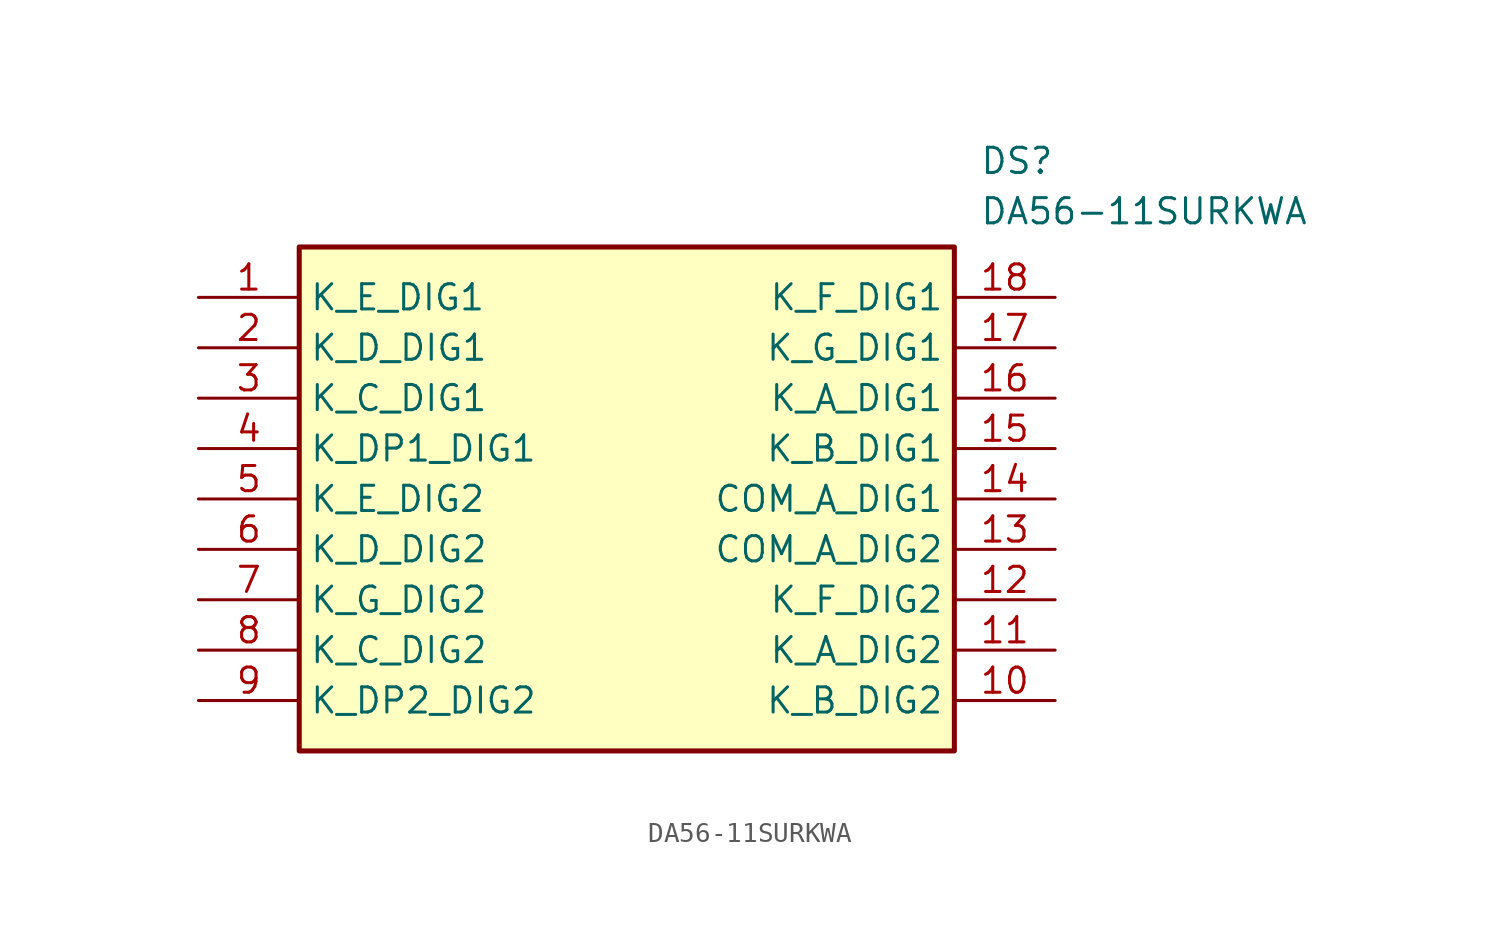
<source format=kicad_sym>
(kicad_symbol_lib
  (version 20231120)
  (generator "kicad_symbol_editor")
  (generator_version "8.0")
  (symbol "DA56-11SURKWA"
    (property "Reference" "DS"
      (at 39.37 7.62 0)
      (effects (font (size 1.27 1.27)) (justify left top)))
    (property "Value" "DA56-11SURKWA"
      (at 39.37 5.08 0)
      (effects (font (size 1.27 1.27)) (justify left top)))
    (symbol "DA56-11SURKWA_1_1"
      (rectangle (start 5.08 2.54) (end 38.1 -22.86) (stroke (width 0.254) (type default)) (fill (type background)))
      (pin passive line (at 0 0 0) (length 5.08) (name "K_E_DIG1" (effects (font (size 1.27 1.27)))) (number "1" (effects (font (size 1.27 1.27)))))
      (pin passive line (at 43.18 -20.32 180) (length 5.08) (name "K_B_DIG2" (effects (font (size 1.27 1.27)))) (number "10" (effects (font (size 1.27 1.27)))))
      (pin passive line (at 43.18 -17.78 180) (length 5.08) (name "K_A_DIG2" (effects (font (size 1.27 1.27)))) (number "11" (effects (font (size 1.27 1.27)))))
      (pin passive line (at 43.18 -15.24 180) (length 5.08) (name "K_F_DIG2" (effects (font (size 1.27 1.27)))) (number "12" (effects (font (size 1.27 1.27)))))
      (pin passive line (at 43.18 -12.7 180) (length 5.08) (name "COM_A_DIG2" (effects (font (size 1.27 1.27)))) (number "13" (effects (font (size 1.27 1.27)))))
      (pin passive line (at 43.18 -10.16 180) (length 5.08) (name "COM_A_DIG1" (effects (font (size 1.27 1.27)))) (number "14" (effects (font (size 1.27 1.27)))))
      (pin passive line (at 43.18 -7.62 180) (length 5.08) (name "K_B_DIG1" (effects (font (size 1.27 1.27)))) (number "15" (effects (font (size 1.27 1.27)))))
      (pin passive line (at 43.18 -5.08 180) (length 5.08) (name "K_A_DIG1" (effects (font (size 1.27 1.27)))) (number "16" (effects (font (size 1.27 1.27)))))
      (pin passive line (at 43.18 -2.54 180) (length 5.08) (name "K_G_DIG1" (effects (font (size 1.27 1.27)))) (number "17" (effects (font (size 1.27 1.27)))))
      (pin passive line (at 43.18 0 180) (length 5.08) (name "K_F_DIG1" (effects (font (size 1.27 1.27)))) (number "18" (effects (font (size 1.27 1.27)))))
      (pin passive line (at 0 -2.54 0) (length 5.08) (name "K_D_DIG1" (effects (font (size 1.27 1.27)))) (number "2" (effects (font (size 1.27 1.27)))))
      (pin passive line (at 0 -5.08 0) (length 5.08) (name "K_C_DIG1" (effects (font (size 1.27 1.27)))) (number "3" (effects (font (size 1.27 1.27)))))
      (pin passive line (at 0 -7.62 0) (length 5.08) (name "K_DP1_DIG1" (effects (font (size 1.27 1.27)))) (number "4" (effects (font (size 1.27 1.27)))))
      (pin passive line (at 0 -10.16 0) (length 5.08) (name "K_E_DIG2" (effects (font (size 1.27 1.27)))) (number "5" (effects (font (size 1.27 1.27)))))
      (pin passive line (at 0 -12.7 0) (length 5.08) (name "K_D_DIG2" (effects (font (size 1.27 1.27)))) (number "6" (effects (font (size 1.27 1.27)))))
      (pin passive line (at 0 -15.24 0) (length 5.08) (name "K_G_DIG2" (effects (font (size 1.27 1.27)))) (number "7" (effects (font (size 1.27 1.27)))))
      (pin passive line (at 0 -17.78 0) (length 5.08) (name "K_C_DIG2" (effects (font (size 1.27 1.27)))) (number "8" (effects (font (size 1.27 1.27)))))
      (pin passive line (at 0 -20.32 0) (length 5.08) (name "K_DP2_DIG2" (effects (font (size 1.27 1.27)))) (number "9" (effects (font (size 1.27 1.27))))))))
</source>
